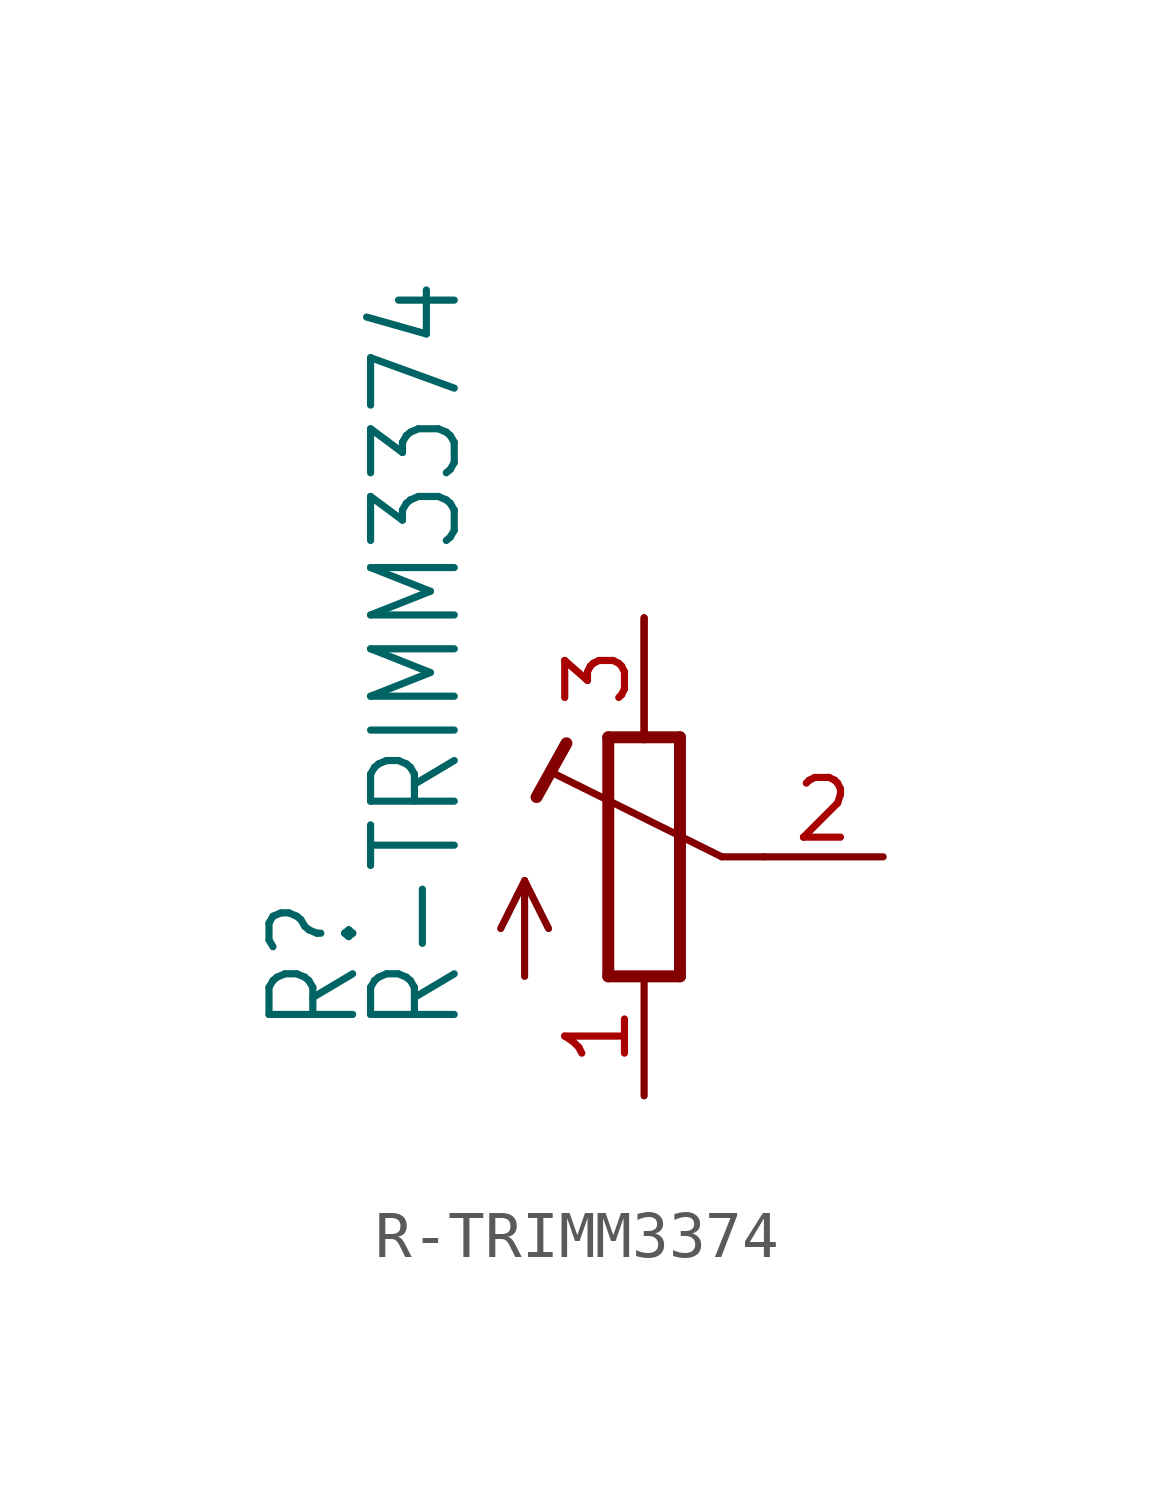
<source format=kicad_sym>
(kicad_symbol_lib
  (version 20220331)
  (generator kicad_symbol_editor)
  (symbol "R-TRIMM3374"
    (property "Reference" "R"
      (at -5.969 -3.81 90)
      (effects (font (size 1.778 1.511)) (justify left bottom)))
    (property "Value" "R-TRIMM3374"
      (at -3.81 -3.81 90)
      (effects (font (size 1.778 1.511)) (justify left bottom)))
    (property "ki_locked" ""
      (at 0 0 0)
      (effects (font (size 1.27 1.27))))
    (symbol "R-TRIMM3374_1_0"
      (polyline (pts (xy -2.54 -2.54) (xy -2.54 -0.508)) (stroke (width 0.152) (type solid)) (fill (type none)))
      (polyline (pts (xy -2.54 -0.508) (xy -3.048 -1.524)) (stroke (width 0.152) (type solid)) (fill (type none)))
      (polyline (pts (xy -2.54 -0.508) (xy -2.032 -1.524)) (stroke (width 0.152) (type solid)) (fill (type none)))
      (polyline (pts (xy -2.286 1.27) (xy -1.651 2.413)) (stroke (width 0.254) (type solid)) (fill (type none)))
      (polyline (pts (xy -0.762 -2.54) (xy 0.762 -2.54)) (stroke (width 0.254) (type solid)) (fill (type none)))
      (polyline (pts (xy -0.762 2.54) (xy -0.762 -2.54)) (stroke (width 0.254) (type solid)) (fill (type none)))
      (polyline (pts (xy 0 2.54) (xy -0.762 2.54)) (stroke (width 0.254) (type solid)) (fill (type none)))
      (polyline (pts (xy 0 2.54) (xy 0 5.08)) (stroke (width 0.152) (type solid)) (fill (type none)))
      (polyline (pts (xy 0.762 -2.54) (xy 0.762 2.54)) (stroke (width 0.254) (type solid)) (fill (type none)))
      (polyline (pts (xy 0.762 2.54) (xy 0 2.54)) (stroke (width 0.254) (type solid)) (fill (type none)))
      (polyline (pts (xy 1.651 0) (xy -1.88 1.753)) (stroke (width 0.152) (type solid)) (fill (type none)))
      (polyline (pts (xy 2.54 0) (xy 1.651 0)) (stroke (width 0.152) (type solid)) (fill (type none)))
      (pin passive line (at 0 -5.08 90) (length 2.54) (name "E" (effects (font (size 0 0)))) (number "1" (effects (font (size 1.27 1.27)))))
      (pin passive line (at 5.08 0 180) (length 2.54) (name "S" (effects (font (size 0 0)))) (number "2" (effects (font (size 1.27 1.27)))))
      (pin passive line (at 0 5.08 270) (length 2.54) (name "A" (effects (font (size 0 0)))) (number "3" (effects (font (size 1.27 1.27))))))))
</source>
